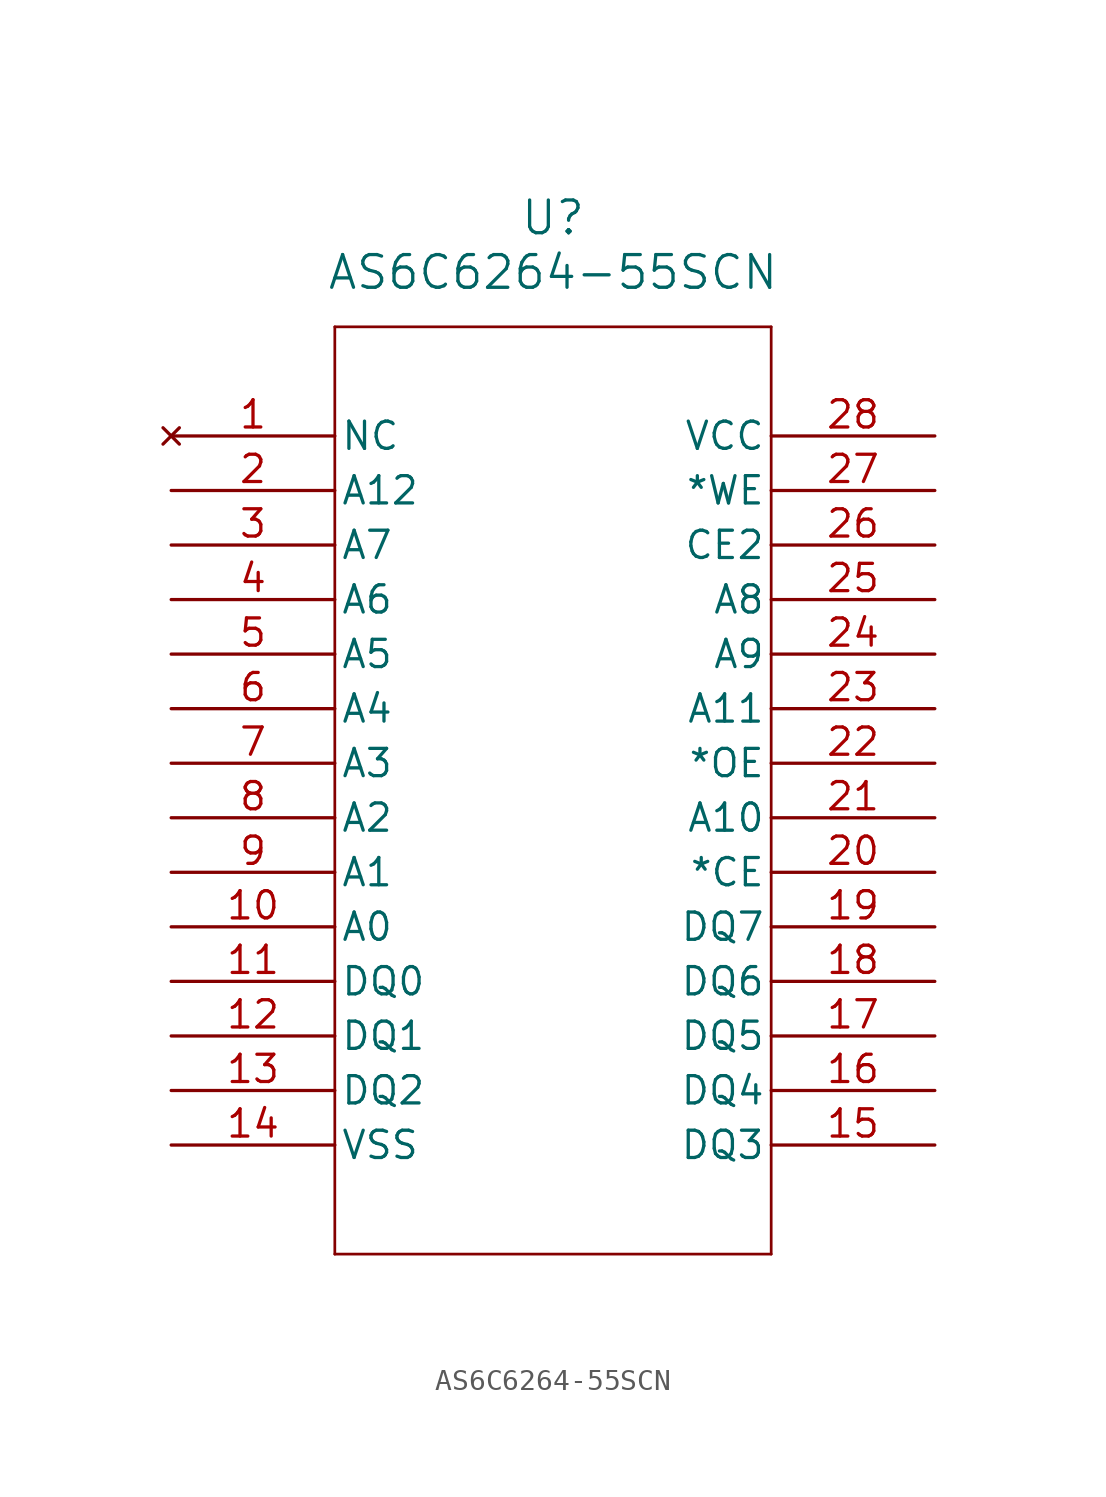
<source format=kicad_sym>
(kicad_symbol_lib
  (version 20220914)
  (generator kicad_symbol_editor)
  (symbol "AS6C6264-55SCN"
    (pin_names
      (offset 0.254))
    (property "Reference" "U"
      (at 17.78 10.16 0)
      (effects (font (size 1.524 1.524))))
    (property "Value" "AS6C6264-55SCN"
      (at 17.78 7.62 0)
      (effects (font (size 1.524 1.524))))
    (symbol "AS6C6264-55SCN_0_1"
      (polyline (pts (xy 7.62 -38.1) (xy 27.94 -38.1)) (stroke (width 0.127) (type default)) (fill (type none)))
      (polyline (pts (xy 7.62 5.08) (xy 7.62 -38.1)) (stroke (width 0.127) (type default)) (fill (type none)))
      (polyline (pts (xy 27.94 -38.1) (xy 27.94 5.08)) (stroke (width 0.127) (type default)) (fill (type none)))
      (polyline (pts (xy 27.94 5.08) (xy 7.62 5.08)) (stroke (width 0.127) (type default)) (fill (type none)))
      (pin no_connect line (at 0 0 0) (length 7.62) (name "NC" (effects (font (size 1.27 1.27)))) (number "1" (effects (font (size 1.27 1.27)))))
      (pin input line (at 0 -22.86 0) (length 7.62) (name "A0" (effects (font (size 1.27 1.27)))) (number "10" (effects (font (size 1.27 1.27)))))
      (pin bidirectional line (at 0 -25.4 0) (length 7.62) (name "DQ0" (effects (font (size 1.27 1.27)))) (number "11" (effects (font (size 1.27 1.27)))))
      (pin bidirectional line (at 0 -27.94 0) (length 7.62) (name "DQ1" (effects (font (size 1.27 1.27)))) (number "12" (effects (font (size 1.27 1.27)))))
      (pin bidirectional line (at 0 -30.48 0) (length 7.62) (name "DQ2" (effects (font (size 1.27 1.27)))) (number "13" (effects (font (size 1.27 1.27)))))
      (pin power_in line (at 0 -33.02 0) (length 7.62) (name "VSS" (effects (font (size 1.27 1.27)))) (number "14" (effects (font (size 1.27 1.27)))))
      (pin bidirectional line (at 35.56 -33.02 180) (length 7.62) (name "DQ3" (effects (font (size 1.27 1.27)))) (number "15" (effects (font (size 1.27 1.27)))))
      (pin bidirectional line (at 35.56 -30.48 180) (length 7.62) (name "DQ4" (effects (font (size 1.27 1.27)))) (number "16" (effects (font (size 1.27 1.27)))))
      (pin bidirectional line (at 35.56 -27.94 180) (length 7.62) (name "DQ5" (effects (font (size 1.27 1.27)))) (number "17" (effects (font (size 1.27 1.27)))))
      (pin bidirectional line (at 35.56 -25.4 180) (length 7.62) (name "DQ6" (effects (font (size 1.27 1.27)))) (number "18" (effects (font (size 1.27 1.27)))))
      (pin bidirectional line (at 35.56 -22.86 180) (length 7.62) (name "DQ7" (effects (font (size 1.27 1.27)))) (number "19" (effects (font (size 1.27 1.27)))))
      (pin input line (at 0 -2.54 0) (length 7.62) (name "A12" (effects (font (size 1.27 1.27)))) (number "2" (effects (font (size 1.27 1.27)))))
      (pin input line (at 35.56 -20.32 180) (length 7.62) (name "*CE" (effects (font (size 1.27 1.27)))) (number "20" (effects (font (size 1.27 1.27)))))
      (pin input line (at 35.56 -17.78 180) (length 7.62) (name "A10" (effects (font (size 1.27 1.27)))) (number "21" (effects (font (size 1.27 1.27)))))
      (pin bidirectional line (at 35.56 -15.24 180) (length 7.62) (name "*OE" (effects (font (size 1.27 1.27)))) (number "22" (effects (font (size 1.27 1.27)))))
      (pin input line (at 35.56 -12.7 180) (length 7.62) (name "A11" (effects (font (size 1.27 1.27)))) (number "23" (effects (font (size 1.27 1.27)))))
      (pin input line (at 35.56 -10.16 180) (length 7.62) (name "A9" (effects (font (size 1.27 1.27)))) (number "24" (effects (font (size 1.27 1.27)))))
      (pin input line (at 35.56 -7.62 180) (length 7.62) (name "A8" (effects (font (size 1.27 1.27)))) (number "25" (effects (font (size 1.27 1.27)))))
      (pin input line (at 35.56 -5.08 180) (length 7.62) (name "CE2" (effects (font (size 1.27 1.27)))) (number "26" (effects (font (size 1.27 1.27)))))
      (pin input line (at 35.56 -2.54 180) (length 7.62) (name "*WE" (effects (font (size 1.27 1.27)))) (number "27" (effects (font (size 1.27 1.27)))))
      (pin power_in line (at 35.56 0 180) (length 7.62) (name "VCC" (effects (font (size 1.27 1.27)))) (number "28" (effects (font (size 1.27 1.27)))))
      (pin input line (at 0 -5.08 0) (length 7.62) (name "A7" (effects (font (size 1.27 1.27)))) (number "3" (effects (font (size 1.27 1.27)))))
      (pin input line (at 0 -7.62 0) (length 7.62) (name "A6" (effects (font (size 1.27 1.27)))) (number "4" (effects (font (size 1.27 1.27)))))
      (pin input line (at 0 -10.16 0) (length 7.62) (name "A5" (effects (font (size 1.27 1.27)))) (number "5" (effects (font (size 1.27 1.27)))))
      (pin input line (at 0 -12.7 0) (length 7.62) (name "A4" (effects (font (size 1.27 1.27)))) (number "6" (effects (font (size 1.27 1.27)))))
      (pin input line (at 0 -15.24 0) (length 7.62) (name "A3" (effects (font (size 1.27 1.27)))) (number "7" (effects (font (size 1.27 1.27)))))
      (pin input line (at 0 -17.78 0) (length 7.62) (name "A2" (effects (font (size 1.27 1.27)))) (number "8" (effects (font (size 1.27 1.27)))))
      (pin input line (at 0 -20.32 0) (length 7.62) (name "A1" (effects (font (size 1.27 1.27)))) (number "9" (effects (font (size 1.27 1.27))))))))
</source>
